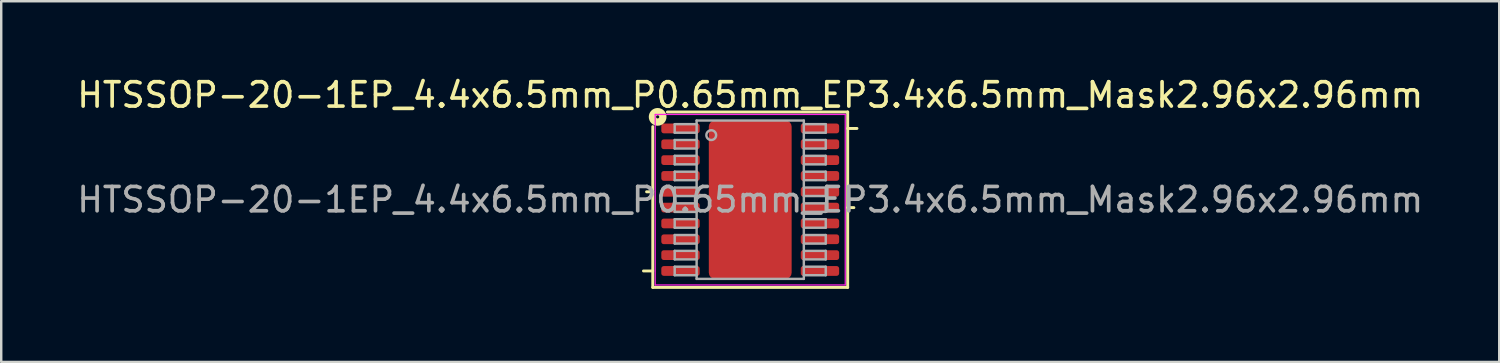
<source format=kicad_pcb>
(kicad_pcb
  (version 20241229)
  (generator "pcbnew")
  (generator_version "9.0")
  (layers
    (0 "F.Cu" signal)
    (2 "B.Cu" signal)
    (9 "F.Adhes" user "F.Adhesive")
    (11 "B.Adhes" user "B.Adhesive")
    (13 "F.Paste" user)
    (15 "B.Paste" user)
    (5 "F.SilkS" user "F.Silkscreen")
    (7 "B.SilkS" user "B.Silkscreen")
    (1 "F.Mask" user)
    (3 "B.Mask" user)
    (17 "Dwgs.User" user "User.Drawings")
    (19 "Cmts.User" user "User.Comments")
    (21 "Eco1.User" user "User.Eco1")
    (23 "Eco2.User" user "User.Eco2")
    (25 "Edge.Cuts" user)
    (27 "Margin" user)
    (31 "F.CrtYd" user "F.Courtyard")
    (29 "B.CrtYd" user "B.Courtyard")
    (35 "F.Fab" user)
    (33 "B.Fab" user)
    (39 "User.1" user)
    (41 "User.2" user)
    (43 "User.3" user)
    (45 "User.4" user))
  (footprint "HTSSOP-20-1EP_4.4x6.5mm_P0.65mm_EP3.4x6.5mm_Mask2.96x2.96mm"
    (layer "F.Cu")
    (at 27.744 5.147)
    (property "Reference" "HTSSOP-20-1EP_4.4x6.5mm_P0.65mm_EP3.4x6.5mm_Mask2.96x2.96mm" (at 0 -4.298 0) (layer "F.SilkS") (effects (font (size 1 1) (thickness 0.15))))
    (attr smd)
    (fp_line (start -4 -0.325) (end -4.254 -0.325) (stroke (width 0.12) (type solid)) (layer "F.SilkS"))
    (fp_line (start -4 2.925) (end -4.381 2.925) (stroke (width 0.12) (type solid)) (layer "F.SilkS"))
    (fp_line (start -4 3.6) (end -4 -3) (stroke (width 0.12) (type solid)) (layer "F.SilkS"))
    (fp_line (start -3.4 -3.6) (end 4 -3.6) (stroke (width 0.12) (type solid)) (layer "F.SilkS"))
    (fp_line (start 4 -3.6) (end 4 3.6) (stroke (width 0.12) (type solid)) (layer "F.SilkS"))
    (fp_line (start 4 -2.925) (end 4.381 -2.925) (stroke (width 0.12) (type solid)) (layer "F.SilkS"))
    (fp_line (start 4 0.325) (end 4.254 0.325) (stroke (width 0.12) (type solid)) (layer "F.SilkS"))
    (fp_line (start 4 3.6) (end -4 3.6) (stroke (width 0.12) (type solid)) (layer "F.SilkS"))
    (fp_circle (center -3.8 -3.4) (end -3.736 -3.4) (stroke (width 0.3) (type solid)) (fill no) (layer "F.SilkS"))
    (fp_line (start -3.9 -3.5) (end -3.9 3.5) (stroke (width 0.05) (type solid)) (layer "F.CrtYd"))
    (fp_line (start -3.9 3.5) (end 3.9 3.5) (stroke (width 0.05) (type solid)) (layer "F.CrtYd"))
    (fp_line (start 3.9 -3.5) (end -3.9 -3.5) (stroke (width 0.05) (type solid)) (layer "F.CrtYd"))
    (fp_line (start 3.9 3.5) (end 3.9 -3.5) (stroke (width 0.05) (type solid)) (layer "F.CrtYd"))
    (fp_line (start -3.1 -3.1) (end -3.1 -2.75) (stroke (width 0.1) (type solid)) (layer "F.Fab"))
    (fp_line (start -3.1 -3.1) (end -2.2 -3.1) (stroke (width 0.1) (type solid)) (layer "F.Fab"))
    (fp_line (start -3.1 -2.75) (end -2.2 -2.75) (stroke (width 0.1) (type solid)) (layer "F.Fab"))
    (fp_line (start -3.1 -2.45) (end -3.1 -2.1) (stroke (width 0.1) (type solid)) (layer "F.Fab"))
    (fp_line (start -3.1 -2.45) (end -2.2 -2.45) (stroke (width 0.1) (type solid)) (layer "F.Fab"))
    (fp_line (start -3.1 -2.1) (end -2.2 -2.1) (stroke (width 0.1) (type solid)) (layer "F.Fab"))
    (fp_line (start -3.1 -1.8) (end -3.1 -1.45) (stroke (width 0.1) (type solid)) (layer "F.Fab"))
    (fp_line (start -3.1 -1.8) (end -2.2 -1.8) (stroke (width 0.1) (type solid)) (layer "F.Fab"))
    (fp_line (start -3.1 -1.45) (end -2.2 -1.45) (stroke (width 0.1) (type solid)) (layer "F.Fab"))
    (fp_line (start -3.1 -1.15) (end -3.1 -0.8) (stroke (width 0.1) (type solid)) (layer "F.Fab"))
    (fp_line (start -3.1 -1.15) (end -2.2 -1.15) (stroke (width 0.1) (type solid)) (layer "F.Fab"))
    (fp_line (start -3.1 -0.8) (end -2.2 -0.8) (stroke (width 0.1) (type solid)) (layer "F.Fab"))
    (fp_line (start -3.1 -0.5) (end -3.1 -0.15) (stroke (width 0.1) (type solid)) (layer "F.Fab"))
    (fp_line (start -3.1 -0.5) (end -2.2 -0.5) (stroke (width 0.1) (type solid)) (layer "F.Fab"))
    (fp_line (start -3.1 -0.15) (end -2.2 -0.15) (stroke (width 0.1) (type solid)) (layer "F.Fab"))
    (fp_line (start -3.1 0.15) (end -3.1 0.5) (stroke (width 0.1) (type solid)) (layer "F.Fab"))
    (fp_line (start -3.1 0.15) (end -2.2 0.15) (stroke (width 0.1) (type solid)) (layer "F.Fab"))
    (fp_line (start -3.1 0.5) (end -2.2 0.5) (stroke (width 0.1) (type solid)) (layer "F.Fab"))
    (fp_line (start -3.1 0.8) (end -3.1 1.15) (stroke (width 0.1) (type solid)) (layer "F.Fab"))
    (fp_line (start -3.1 0.8) (end -2.2 0.8) (stroke (width 0.1) (type solid)) (layer "F.Fab"))
    (fp_line (start -3.1 1.15) (end -2.2 1.15) (stroke (width 0.1) (type solid)) (layer "F.Fab"))
    (fp_line (start -3.1 1.45) (end -3.1 1.8) (stroke (width 0.1) (type solid)) (layer "F.Fab"))
    (fp_line (start -3.1 1.45) (end -2.2 1.45) (stroke (width 0.1) (type solid)) (layer "F.Fab"))
    (fp_line (start -3.1 1.8) (end -2.2 1.8) (stroke (width 0.1) (type solid)) (layer "F.Fab"))
    (fp_line (start -3.1 2.1) (end -3.1 2.45) (stroke (width 0.1) (type solid)) (layer "F.Fab"))
    (fp_line (start -3.1 2.1) (end -2.2 2.1) (stroke (width 0.1) (type solid)) (layer "F.Fab"))
    (fp_line (start -3.1 2.45) (end -2.2 2.45) (stroke (width 0.1) (type solid)) (layer "F.Fab"))
    (fp_line (start -3.1 2.75) (end -3.1 3.1) (stroke (width 0.1) (type solid)) (layer "F.Fab"))
    (fp_line (start -3.1 2.75) (end -2.2 2.75) (stroke (width 0.1) (type solid)) (layer "F.Fab"))
    (fp_line (start -3.1 3.1) (end -2.2 3.1) (stroke (width 0.1) (type solid)) (layer "F.Fab"))
    (fp_line (start -2.2 -3.25) (end 2.2 -3.25) (stroke (width 0.1) (type solid)) (layer "F.Fab"))
    (fp_line (start -2.2 3.25) (end -2.2 -3.25) (stroke (width 0.1) (type solid)) (layer "F.Fab"))
    (fp_line (start 2.2 -3.25) (end 2.2 3.25) (stroke (width 0.1) (type solid)) (layer "F.Fab"))
    (fp_line (start 2.2 3.25) (end -2.2 3.25) (stroke (width 0.1) (type solid)) (layer "F.Fab"))
    (fp_line (start 3.1 -3.1) (end 2.2 -3.1) (stroke (width 0.1) (type solid)) (layer "F.Fab"))
    (fp_line (start 3.1 -2.75) (end 2.2 -2.75) (stroke (width 0.1) (type solid)) (layer "F.Fab"))
    (fp_line (start 3.1 -2.75) (end 3.1 -3.1) (stroke (width 0.1) (type solid)) (layer "F.Fab"))
    (fp_line (start 3.1 -2.45) (end 2.2 -2.45) (stroke (width 0.1) (type solid)) (layer "F.Fab"))
    (fp_line (start 3.1 -2.1) (end 2.2 -2.1) (stroke (width 0.1) (type solid)) (layer "F.Fab"))
    (fp_line (start 3.1 -2.1) (end 3.1 -2.45) (stroke (width 0.1) (type solid)) (layer "F.Fab"))
    (fp_line (start 3.1 -1.8) (end 2.2 -1.8) (stroke (width 0.1) (type solid)) (layer "F.Fab"))
    (fp_line (start 3.1 -1.45) (end 2.2 -1.45) (stroke (width 0.1) (type solid)) (layer "F.Fab"))
    (fp_line (start 3.1 -1.45) (end 3.1 -1.8) (stroke (width 0.1) (type solid)) (layer "F.Fab"))
    (fp_line (start 3.1 -1.15) (end 2.2 -1.15) (stroke (width 0.1) (type solid)) (layer "F.Fab"))
    (fp_line (start 3.1 -0.8) (end 2.2 -0.8) (stroke (width 0.1) (type solid)) (layer "F.Fab"))
    (fp_line (start 3.1 -0.8) (end 3.1 -1.15) (stroke (width 0.1) (type solid)) (layer "F.Fab"))
    (fp_line (start 3.1 -0.5) (end 2.2 -0.5) (stroke (width 0.1) (type solid)) (layer "F.Fab"))
    (fp_line (start 3.1 -0.15) (end 2.2 -0.15) (stroke (width 0.1) (type solid)) (layer "F.Fab"))
    (fp_line (start 3.1 -0.15) (end 3.1 -0.5) (stroke (width 0.1) (type solid)) (layer "F.Fab"))
    (fp_line (start 3.1 0.15) (end 2.2 0.15) (stroke (width 0.1) (type solid)) (layer "F.Fab"))
    (fp_line (start 3.1 0.5) (end 2.2 0.5) (stroke (width 0.1) (type solid)) (layer "F.Fab"))
    (fp_line (start 3.1 0.5) (end 3.1 0.15) (stroke (width 0.1) (type solid)) (layer "F.Fab"))
    (fp_line (start 3.1 0.8) (end 2.2 0.8) (stroke (width 0.1) (type solid)) (layer "F.Fab"))
    (fp_line (start 3.1 1.15) (end 2.2 1.15) (stroke (width 0.1) (type solid)) (layer "F.Fab"))
    (fp_line (start 3.1 1.15) (end 3.1 0.8) (stroke (width 0.1) (type solid)) (layer "F.Fab"))
    (fp_line (start 3.1 1.45) (end 2.2 1.45) (stroke (width 0.1) (type solid)) (layer "F.Fab"))
    (fp_line (start 3.1 1.8) (end 2.2 1.8) (stroke (width 0.1) (type solid)) (layer "F.Fab"))
    (fp_line (start 3.1 1.8) (end 3.1 1.45) (stroke (width 0.1) (type solid)) (layer "F.Fab"))
    (fp_line (start 3.1 2.1) (end 2.2 2.1) (stroke (width 0.1) (type solid)) (layer "F.Fab"))
    (fp_line (start 3.1 2.45) (end 2.2 2.45) (stroke (width 0.1) (type solid)) (layer "F.Fab"))
    (fp_line (start 3.1 2.45) (end 3.1 2.1) (stroke (width 0.1) (type solid)) (layer "F.Fab"))
    (fp_line (start 3.1 2.75) (end 2.2 2.75) (stroke (width 0.1) (type solid)) (layer "F.Fab"))
    (fp_line (start 3.1 3.1) (end 2.2 3.1) (stroke (width 0.1) (type solid)) (layer "F.Fab"))
    (fp_line (start 3.1 3.1) (end 3.1 2.75) (stroke (width 0.1) (type solid)) (layer "F.Fab"))
    (fp_circle (center -1.6 -2.65) (end -1.4 -2.65) (stroke (width 0.1) (type solid)) (fill no) (layer "F.Fab"))
    (fp_text user "${REFERENCE}" (at 0 0 0) (layer "F.Fab") (effects (font (size 1 1) (thickness 0.15))))
    (pad "" smd roundrect (at -0.7 -0.7) (size 1.1 1.1) (layers "F.Paste") (roundrect_rratio 0.25))
    (pad "" smd roundrect (at -0.7 0.7) (size 1.1 1.1) (layers "F.Paste") (roundrect_rratio 0.25))
    (pad "" smd roundrect (at 0 0) (size 2.96 2.96) (layers "F.Mask") (roundrect_rratio 0.084))
    (pad "" smd roundrect (at 0.7 -0.7) (size 1.1 1.1) (layers "F.Paste") (roundrect_rratio 0.25))
    (pad "" smd roundrect (at 0.7 0.7) (size 1.1 1.1) (layers "F.Paste") (roundrect_rratio 0.25))
    (pad "1" smd roundrect (at -2.862 -2.925) (size 1.575 0.4) (layers "F.Cu" "F.Mask" "F.Paste") (roundrect_rratio 0.25))
    (pad "2" smd roundrect (at -2.862 -2.275) (size 1.575 0.4) (layers "F.Cu" "F.Mask" "F.Paste") (roundrect_rratio 0.25))
    (pad "3" smd roundrect (at -2.862 -1.625) (size 1.575 0.4) (layers "F.Cu" "F.Mask" "F.Paste") (roundrect_rratio 0.25))
    (pad "4" smd roundrect (at -2.862 -0.975) (size 1.575 0.4) (layers "F.Cu" "F.Mask" "F.Paste") (roundrect_rratio 0.25))
    (pad "5" smd roundrect (at -2.862 -0.325) (size 1.575 0.4) (layers "F.Cu" "F.Mask" "F.Paste") (roundrect_rratio 0.25))
    (pad "6" smd roundrect (at -2.862 0.325) (size 1.575 0.4) (layers "F.Cu" "F.Mask" "F.Paste") (roundrect_rratio 0.25))
    (pad "7" smd roundrect (at -2.862 0.975) (size 1.575 0.4) (layers "F.Cu" "F.Mask" "F.Paste") (roundrect_rratio 0.25))
    (pad "8" smd roundrect (at -2.862 1.625) (size 1.575 0.4) (layers "F.Cu" "F.Mask" "F.Paste") (roundrect_rratio 0.25))
    (pad "9" smd roundrect (at -2.862 2.275) (size 1.575 0.4) (layers "F.Cu" "F.Mask" "F.Paste") (roundrect_rratio 0.25))
    (pad "10" smd roundrect (at -2.862 2.925) (size 1.575 0.4) (layers "F.Cu" "F.Mask" "F.Paste") (roundrect_rratio 0.25))
    (pad "11" smd roundrect (at 2.862 2.925) (size 1.575 0.4) (layers "F.Cu" "F.Mask" "F.Paste") (roundrect_rratio 0.25))
    (pad "12" smd roundrect (at 2.862 2.275) (size 1.575 0.4) (layers "F.Cu" "F.Mask" "F.Paste") (roundrect_rratio 0.25))
    (pad "13" smd roundrect (at 2.862 1.625) (size 1.575 0.4) (layers "F.Cu" "F.Mask" "F.Paste") (roundrect_rratio 0.25))
    (pad "14" smd roundrect (at 2.862 0.975) (size 1.575 0.4) (layers "F.Cu" "F.Mask" "F.Paste") (roundrect_rratio 0.25))
    (pad "15" smd roundrect (at 2.862 0.325) (size 1.575 0.4) (layers "F.Cu" "F.Mask" "F.Paste") (roundrect_rratio 0.25))
    (pad "16" smd roundrect (at 2.862 -0.325) (size 1.575 0.4) (layers "F.Cu" "F.Mask" "F.Paste") (roundrect_rratio 0.25))
    (pad "17" smd roundrect (at 2.862 -0.975) (size 1.575 0.4) (layers "F.Cu" "F.Mask" "F.Paste") (roundrect_rratio 0.25))
    (pad "18" smd roundrect (at 2.862 -1.625) (size 1.575 0.4) (layers "F.Cu" "F.Mask" "F.Paste") (roundrect_rratio 0.25))
    (pad "19" smd roundrect (at 2.862 -2.275) (size 1.575 0.4) (layers "F.Cu" "F.Mask" "F.Paste") (roundrect_rratio 0.25))
    (pad "20" smd roundrect (at 2.862 -2.925) (size 1.575 0.4) (layers "F.Cu" "F.Mask" "F.Paste") (roundrect_rratio 0.25))
    (pad "21" smd roundrect (at 0 0) (size 3.4 6.5) (layers "F.Cu") (roundrect_rratio 0.074)))
  (gr_rect
    (start -3 -3)
    (end 58.488 11.807)
    (stroke (width 0.1) (type default))
    (fill no)
    (layer "Edge.Cuts")))
</source>
